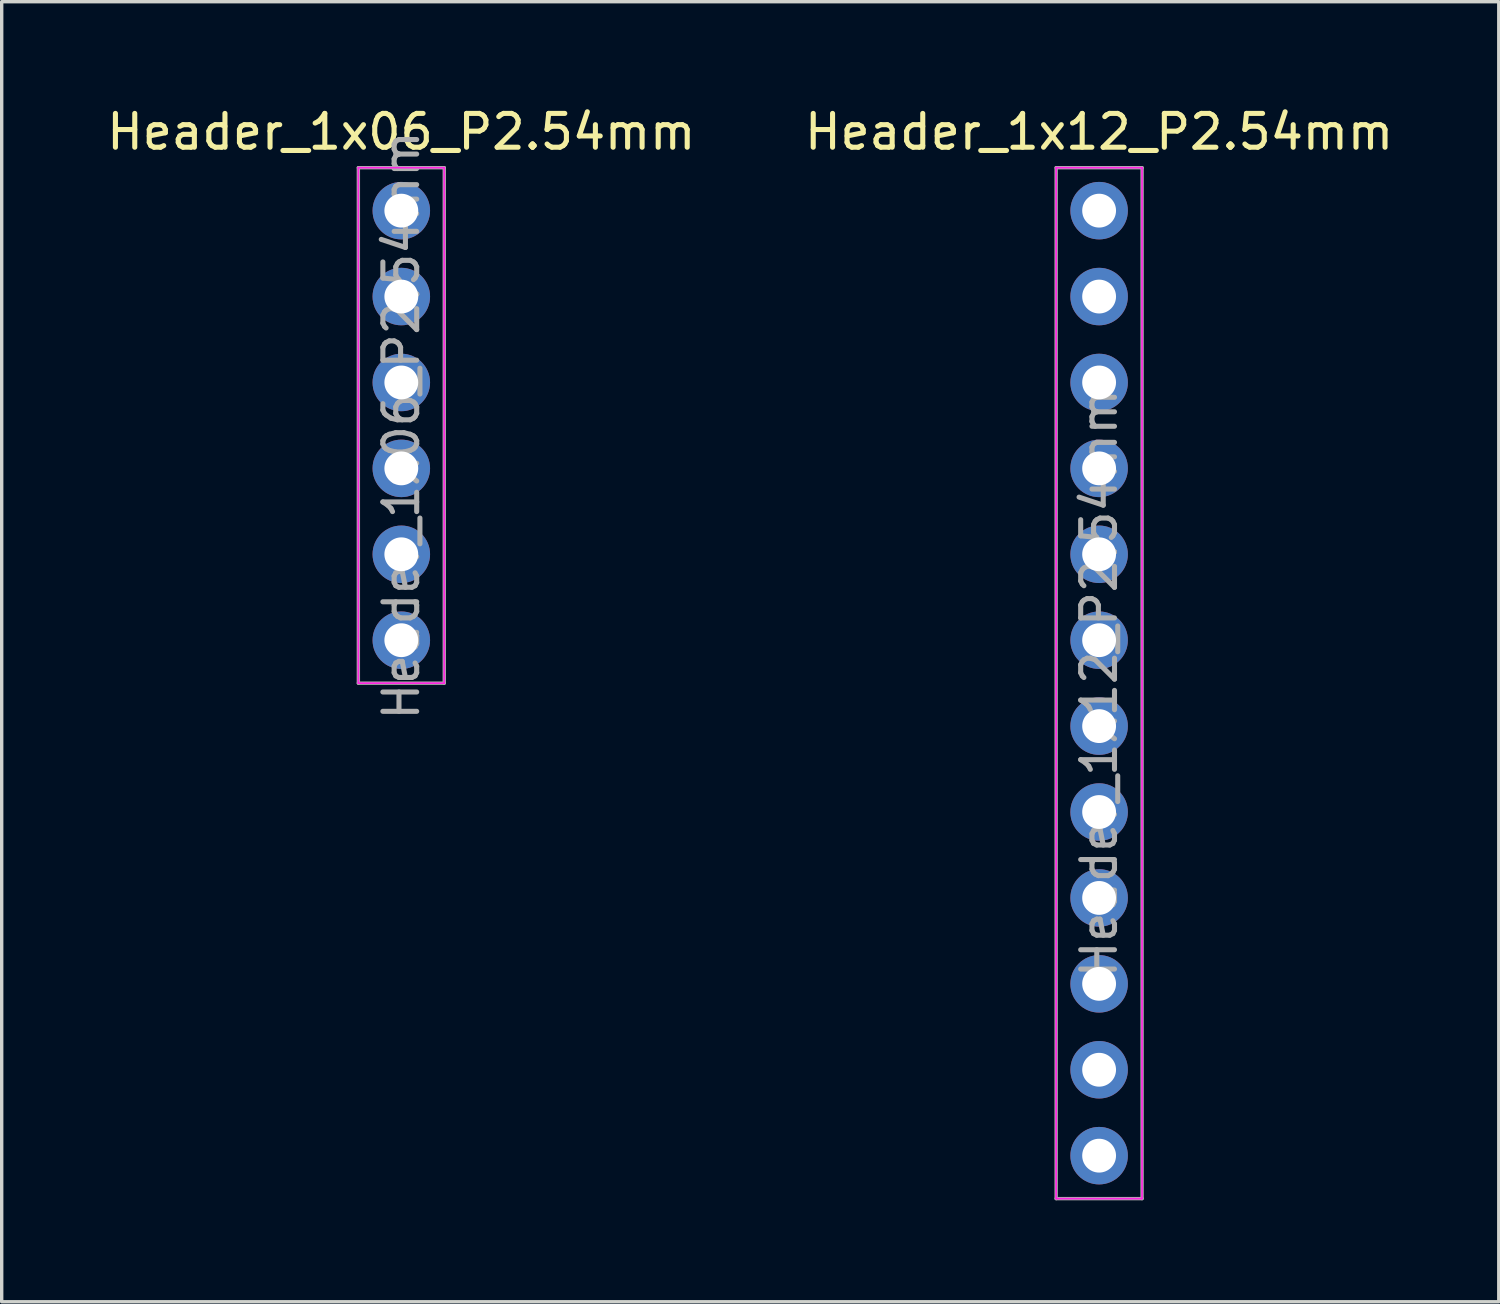
<source format=kicad_pcb>
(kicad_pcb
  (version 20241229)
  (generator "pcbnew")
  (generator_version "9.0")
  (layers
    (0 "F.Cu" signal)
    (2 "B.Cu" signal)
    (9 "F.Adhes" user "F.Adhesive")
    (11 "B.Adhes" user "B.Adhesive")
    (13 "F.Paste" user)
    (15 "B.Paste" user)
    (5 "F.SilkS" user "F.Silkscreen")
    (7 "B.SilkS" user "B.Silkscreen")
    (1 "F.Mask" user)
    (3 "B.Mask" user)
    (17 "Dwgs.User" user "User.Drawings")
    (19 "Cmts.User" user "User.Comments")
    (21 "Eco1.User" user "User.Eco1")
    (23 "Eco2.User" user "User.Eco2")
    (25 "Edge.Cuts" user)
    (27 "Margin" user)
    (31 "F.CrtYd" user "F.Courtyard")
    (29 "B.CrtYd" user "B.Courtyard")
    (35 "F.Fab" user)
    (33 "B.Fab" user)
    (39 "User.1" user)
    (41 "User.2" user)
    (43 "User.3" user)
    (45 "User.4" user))
  (footprint "Header_1x06_P2.54mm"
    (layer "F.Cu")
    (at 8.815 3.178)
    (property "Reference" "Header_1x06_P2.54mm" (at 0 -2.33 0) (layer "F.SilkS") (effects (font (size 1 1) (thickness 0.15))))
    (attr through_hole)
    (fp_line (start -1.27 -1.27) (end -1.27 13.97) (stroke (width 0.05) (type solid)) (layer "F.CrtYd"))
    (fp_line (start -1.27 13.97) (end 1.27 13.97) (stroke (width 0.05) (type solid)) (layer "F.CrtYd"))
    (fp_line (start 1.27 -1.27) (end -1.27 -1.27) (stroke (width 0.05) (type solid)) (layer "F.CrtYd"))
    (fp_line (start 1.27 13.97) (end 1.27 -1.27) (stroke (width 0.05) (type solid)) (layer "F.CrtYd"))
    (fp_line (start -1.27 -1.27) (end 1.27 -1.27) (stroke (width 0.1) (type solid)) (layer "F.Fab"))
    (fp_line (start -1.27 13.97) (end -1.27 -1.27) (stroke (width 0.1) (type solid)) (layer "F.Fab"))
    (fp_line (start 1.27 -1.27) (end 1.27 13.97) (stroke (width 0.1) (type solid)) (layer "F.Fab"))
    (fp_line (start 1.27 13.97) (end -1.27 13.97) (stroke (width 0.1) (type solid)) (layer "F.Fab"))
    (fp_text user "${REFERENCE}" (at 0 6.35 90) (layer "F.Fab") (effects (font (size 1 1) (thickness 0.15))))
    (pad "1" thru_hole oval (at 0 0) (size 1.7 1.7) (drill 1) (layers "*.Cu" "*.Mask"))
    (pad "2" thru_hole oval (at 0 2.54) (size 1.7 1.7) (drill 1) (layers "*.Cu" "*.Mask"))
    (pad "3" thru_hole oval (at 0 5.08) (size 1.7 1.7) (drill 1) (layers "*.Cu" "*.Mask"))
    (pad "4" thru_hole oval (at 0 7.62) (size 1.7 1.7) (drill 1) (layers "*.Cu" "*.Mask"))
    (pad "5" thru_hole oval (at 0 10.16) (size 1.7 1.7) (drill 1) (layers "*.Cu" "*.Mask"))
    (pad "6" thru_hole oval (at 0 12.7) (size 1.7 1.7) (drill 1) (layers "*.Cu" "*.Mask")))
  (footprint "Header_1x12_P2.54mm"
    (layer "F.Cu")
    (at 29.446 3.178)
    (property "Reference" "Header_1x12_P2.54mm" (at 0 -2.33 0) (layer "F.SilkS") (effects (font (size 1 1) (thickness 0.15))))
    (attr through_hole)
    (fp_line (start -1.27 -1.27) (end -1.27 29.21) (stroke (width 0.05) (type solid)) (layer "F.CrtYd"))
    (fp_line (start -1.27 29.21) (end 1.27 29.21) (stroke (width 0.05) (type solid)) (layer "F.CrtYd"))
    (fp_line (start 1.27 -1.27) (end -1.27 -1.27) (stroke (width 0.05) (type solid)) (layer "F.CrtYd"))
    (fp_line (start 1.27 29.21) (end 1.27 -1.27) (stroke (width 0.05) (type solid)) (layer "F.CrtYd"))
    (fp_line (start -1.27 -1.27) (end 1.27 -1.27) (stroke (width 0.1) (type solid)) (layer "F.Fab"))
    (fp_line (start -1.27 29.21) (end -1.27 -1.27) (stroke (width 0.1) (type solid)) (layer "F.Fab"))
    (fp_line (start 1.27 -1.27) (end 1.27 29.21) (stroke (width 0.1) (type solid)) (layer "F.Fab"))
    (fp_line (start 1.27 29.21) (end -1.27 29.21) (stroke (width 0.1) (type solid)) (layer "F.Fab"))
    (fp_text user "${REFERENCE}" (at 0 13.97 90) (layer "F.Fab") (effects (font (size 1 1) (thickness 0.15))))
    (pad "1" thru_hole oval (at 0 0) (size 1.7 1.7) (drill 1) (layers "*.Cu" "*.Mask"))
    (pad "2" thru_hole oval (at 0 2.54) (size 1.7 1.7) (drill 1) (layers "*.Cu" "*.Mask"))
    (pad "3" thru_hole oval (at 0 5.08) (size 1.7 1.7) (drill 1) (layers "*.Cu" "*.Mask"))
    (pad "4" thru_hole oval (at 0 7.62) (size 1.7 1.7) (drill 1) (layers "*.Cu" "*.Mask"))
    (pad "5" thru_hole oval (at 0 10.16) (size 1.7 1.7) (drill 1) (layers "*.Cu" "*.Mask"))
    (pad "6" thru_hole oval (at 0 12.7) (size 1.7 1.7) (drill 1) (layers "*.Cu" "*.Mask"))
    (pad "7" thru_hole oval (at 0 15.24) (size 1.7 1.7) (drill 1) (layers "*.Cu" "*.Mask"))
    (pad "8" thru_hole oval (at 0 17.78) (size 1.7 1.7) (drill 1) (layers "*.Cu" "*.Mask"))
    (pad "9" thru_hole oval (at 0 20.32) (size 1.7 1.7) (drill 1) (layers "*.Cu" "*.Mask"))
    (pad "10" thru_hole oval (at 0 22.86) (size 1.7 1.7) (drill 1) (layers "*.Cu" "*.Mask"))
    (pad "11" thru_hole oval (at 0 25.4) (size 1.7 1.7) (drill 1) (layers "*.Cu" "*.Mask"))
    (pad "12" thru_hole oval (at 0 27.94) (size 1.7 1.7) (drill 1) (layers "*.Cu" "*.Mask")))
  (gr_rect
    (start -3 -3)
    (end 41.262 35.438)
    (stroke (width 0.1) (type default))
    (fill no)
    (layer "Edge.Cuts")))
</source>
